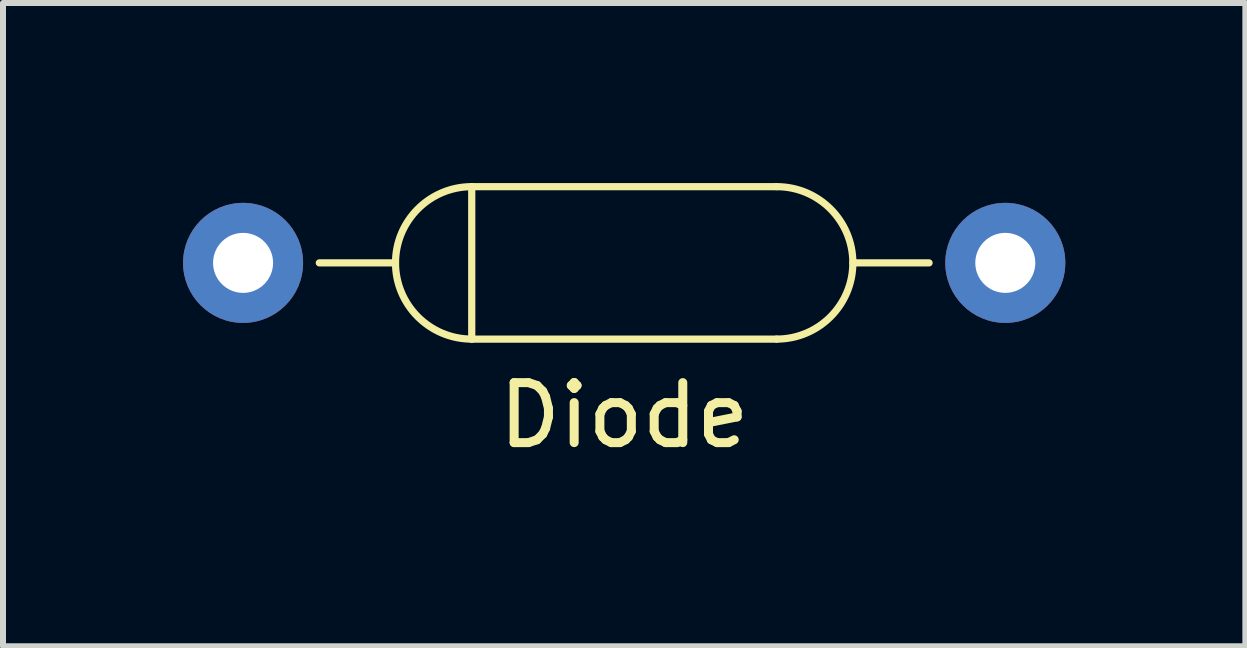
<source format=kicad_pcb>
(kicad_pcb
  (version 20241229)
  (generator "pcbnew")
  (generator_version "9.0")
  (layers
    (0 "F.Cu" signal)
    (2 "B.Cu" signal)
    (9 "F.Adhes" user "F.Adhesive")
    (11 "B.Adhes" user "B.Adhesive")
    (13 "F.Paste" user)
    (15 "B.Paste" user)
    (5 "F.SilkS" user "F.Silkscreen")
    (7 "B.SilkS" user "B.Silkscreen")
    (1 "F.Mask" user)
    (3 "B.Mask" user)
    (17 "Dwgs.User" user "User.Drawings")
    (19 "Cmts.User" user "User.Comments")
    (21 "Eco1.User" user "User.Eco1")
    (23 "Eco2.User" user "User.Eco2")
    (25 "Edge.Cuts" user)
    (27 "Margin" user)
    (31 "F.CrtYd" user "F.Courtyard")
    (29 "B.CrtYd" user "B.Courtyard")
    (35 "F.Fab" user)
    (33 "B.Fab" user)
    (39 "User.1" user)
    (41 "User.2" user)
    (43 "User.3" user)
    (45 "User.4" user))
  (footprint "Diode"
    (layer "F.Cu")
    (at 7.35 1.33)
    (property "Reference" "Diode" (at 0 2.54 0) (layer "F.SilkS") (effects (font (size 1 1) (thickness 0.15))))
    (attr through_hole)
    (fp_line (start -5.08 0) (end -3.81 0) (stroke (width 0.12) (type solid)) (layer "F.SilkS"))
    (fp_line (start -2.54 -1.27) (end 2.54 -1.27) (stroke (width 0.12) (type solid)) (layer "F.SilkS"))
    (fp_line (start -2.54 1.27) (end -2.54 -1.27) (stroke (width 0.12) (type solid)) (layer "F.SilkS"))
    (fp_line (start -2.54 1.27) (end 2.54 1.27) (stroke (width 0.12) (type solid)) (layer "F.SilkS"))
    (fp_line (start 3.81 0) (end 5.08 0) (stroke (width 0.12) (type solid)) (layer "F.SilkS"))
    (fp_arc (start -2.54 1.27) (mid -3.81 0) (end -2.54 -1.27) (stroke (width 0.12) (type solid)) (layer "F.SilkS"))
    (fp_arc (start 2.54 -1.27) (mid 3.81 0) (end 2.54 1.27) (stroke (width 0.12) (type solid)) (layer "F.SilkS"))
    (pad "1" thru_hole circle (at -6.35 0) (size 2 2) (drill 1) (layers "*.Cu" "*.Mask"))
    (pad "2" thru_hole circle (at 6.35 0) (size 2 2) (drill 1) (layers "*.Cu" "*.Mask")))
  (gr_rect
    (start -3 -3)
    (end 17.7 7.718)
    (stroke (width 0.1) (type default))
    (fill no)
    (layer "Edge.Cuts")))
</source>
